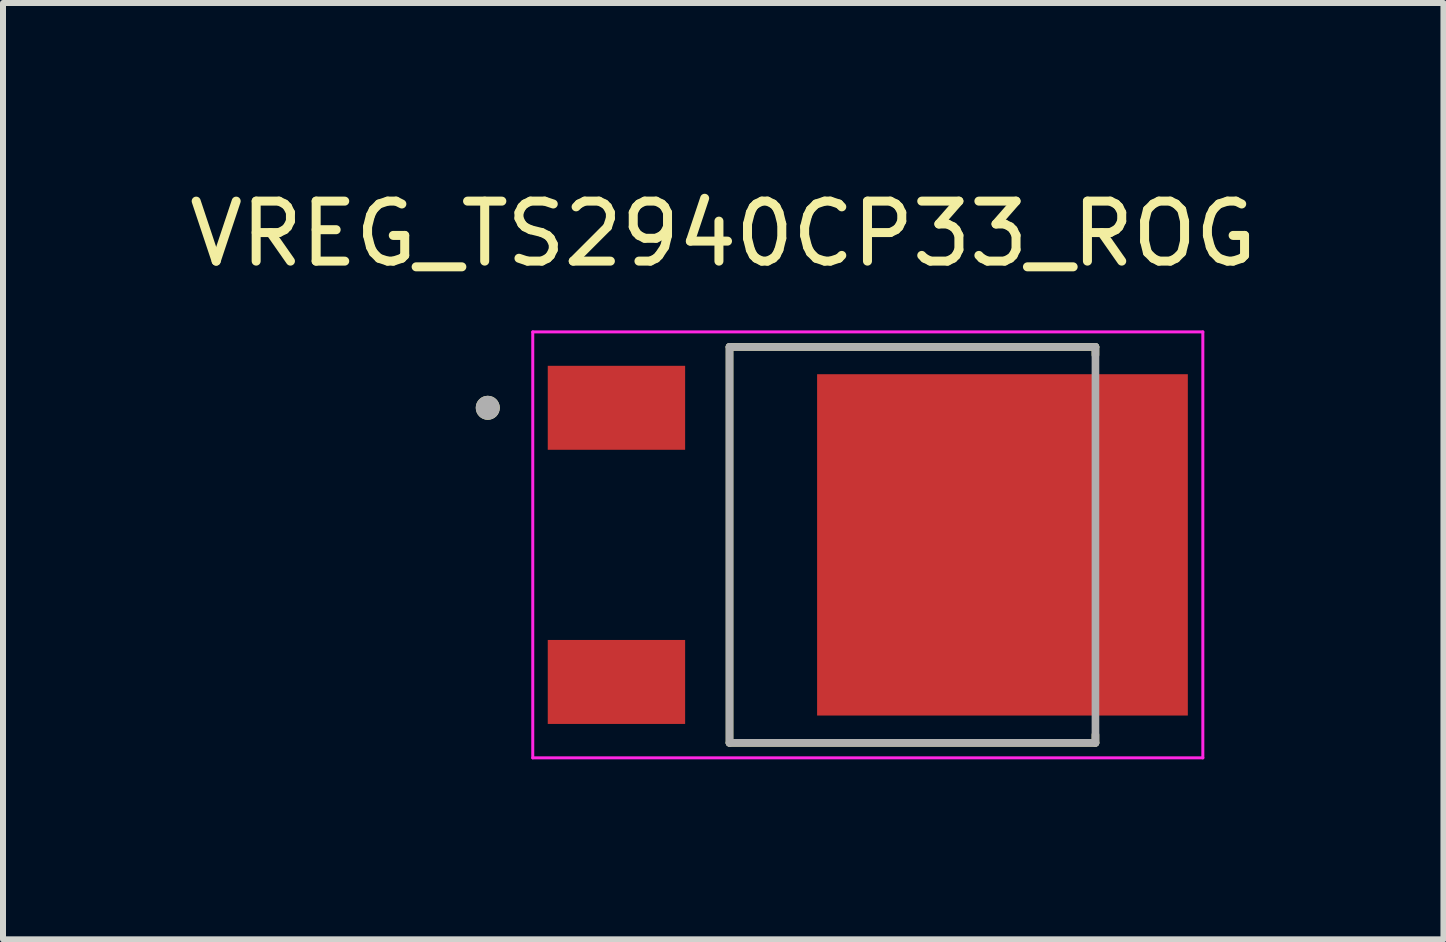
<source format=kicad_pcb>
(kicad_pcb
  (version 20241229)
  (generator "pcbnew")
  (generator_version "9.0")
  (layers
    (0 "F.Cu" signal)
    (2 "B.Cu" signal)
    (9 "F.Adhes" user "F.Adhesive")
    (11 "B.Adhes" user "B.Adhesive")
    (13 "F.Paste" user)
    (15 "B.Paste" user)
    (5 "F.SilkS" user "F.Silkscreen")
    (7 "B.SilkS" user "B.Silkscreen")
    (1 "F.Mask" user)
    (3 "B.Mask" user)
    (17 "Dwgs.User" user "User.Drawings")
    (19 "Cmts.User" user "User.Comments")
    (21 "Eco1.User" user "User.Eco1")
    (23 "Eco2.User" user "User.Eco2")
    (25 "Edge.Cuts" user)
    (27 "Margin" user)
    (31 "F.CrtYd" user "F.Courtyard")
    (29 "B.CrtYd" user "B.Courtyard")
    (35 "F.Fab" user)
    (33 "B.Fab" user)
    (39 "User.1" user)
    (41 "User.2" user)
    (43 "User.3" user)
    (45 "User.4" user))
  (footprint "VREG_TS2940CP33_ROG"
    (layer "F.Cu")
    (at 11.416 6.033)
    (property "Reference" "VREG_TS2940CP33_ROG" (at -2.41 -5.185 0) (layer "F.SilkS") (effects (font (size 1 1) (thickness 0.15))))
    (attr smd)
    (fp_line (start -2.305 -3.3) (end 3.795 -3.3) (stroke (width 0.127) (type solid)) (layer "F.SilkS"))
    (fp_line (start -2.305 3.3) (end -2.305 -3.3) (stroke (width 0.127) (type solid)) (layer "F.SilkS"))
    (fp_line (start 3.795 -3.3) (end 3.795 -3.165) (stroke (width 0.127) (type solid)) (layer "F.SilkS"))
    (fp_line (start 3.795 3.3) (end -2.305 3.3) (stroke (width 0.127) (type solid)) (layer "F.SilkS"))
    (fp_line (start 3.795 3.3) (end 3.795 3.165) (stroke (width 0.127) (type solid)) (layer "F.SilkS"))
    (fp_circle (center -6.335 -2.285) (end -6.235 -2.285) (stroke (width 0.2) (type solid)) (fill no) (layer "F.SilkS"))
    (fp_poly (pts (xy -0.48 -2.305) (xy 0.85 -2.305) (xy 0.85 -0.545) (xy -0.48 -0.545)) (stroke (width 0.01) (type solid)) (fill yes) (layer "F.Paste"))
    (fp_poly (pts (xy -0.48 0.545) (xy 0.85 0.545) (xy 0.85 2.305) (xy -0.48 2.305)) (stroke (width 0.01) (type solid)) (fill yes) (layer "F.Paste"))
    (fp_poly (pts (xy 1.58 -2.305) (xy 2.91 -2.305) (xy 2.91 -0.545) (xy 1.58 -0.545)) (stroke (width 0.01) (type solid)) (fill yes) (layer "F.Paste"))
    (fp_poly (pts (xy 1.58 0.545) (xy 2.91 0.545) (xy 2.91 2.305) (xy 1.58 2.305)) (stroke (width 0.01) (type solid)) (fill yes) (layer "F.Paste"))
    (fp_poly (pts (xy 3.64 -2.305) (xy 4.97 -2.305) (xy 4.97 -0.545) (xy 3.64 -0.545)) (stroke (width 0.01) (type solid)) (fill yes) (layer "F.Paste"))
    (fp_poly (pts (xy 3.64 0.545) (xy 4.97 0.545) (xy 4.97 2.305) (xy 3.64 2.305)) (stroke (width 0.01) (type solid)) (fill yes) (layer "F.Paste"))
    (fp_line (start -5.585 -3.55) (end -5.585 3.55) (stroke (width 0.05) (type solid)) (layer "F.CrtYd"))
    (fp_line (start -5.585 3.55) (end 5.585 3.55) (stroke (width 0.05) (type solid)) (layer "F.CrtYd"))
    (fp_line (start 5.585 -3.55) (end -5.585 -3.55) (stroke (width 0.05) (type solid)) (layer "F.CrtYd"))
    (fp_line (start 5.585 3.55) (end 5.585 -3.55) (stroke (width 0.05) (type solid)) (layer "F.CrtYd"))
    (fp_line (start -2.305 -3.3) (end 3.795 -3.3) (stroke (width 0.127) (type solid)) (layer "F.Fab"))
    (fp_line (start -2.305 3.3) (end -2.305 -3.3) (stroke (width 0.127) (type solid)) (layer "F.Fab"))
    (fp_line (start 3.795 -3.3) (end 3.795 3.3) (stroke (width 0.127) (type solid)) (layer "F.Fab"))
    (fp_line (start 3.795 3.3) (end -2.305 3.3) (stroke (width 0.127) (type solid)) (layer "F.Fab"))
    (fp_circle (center -6.335 -2.285) (end -6.235 -2.285) (stroke (width 0.2) (type solid)) (fill no) (layer "F.Fab"))
    (pad "1" smd rect (at -4.19 -2.285) (size 2.29 1.4) (layers "F.Cu" "F.Mask" "F.Paste"))
    (pad "2" smd rect (at 2.245 0) (size 6.18 5.69) (layers "F.Cu" "F.Mask"))
    (pad "3" smd rect (at -4.19 2.285) (size 2.29 1.4) (layers "F.Cu" "F.Mask" "F.Paste")))
  (gr_rect
    (start -3 -3)
    (end 21.012 12.608)
    (stroke (width 0.1) (type default))
    (fill no)
    (layer "Edge.Cuts")))
</source>
